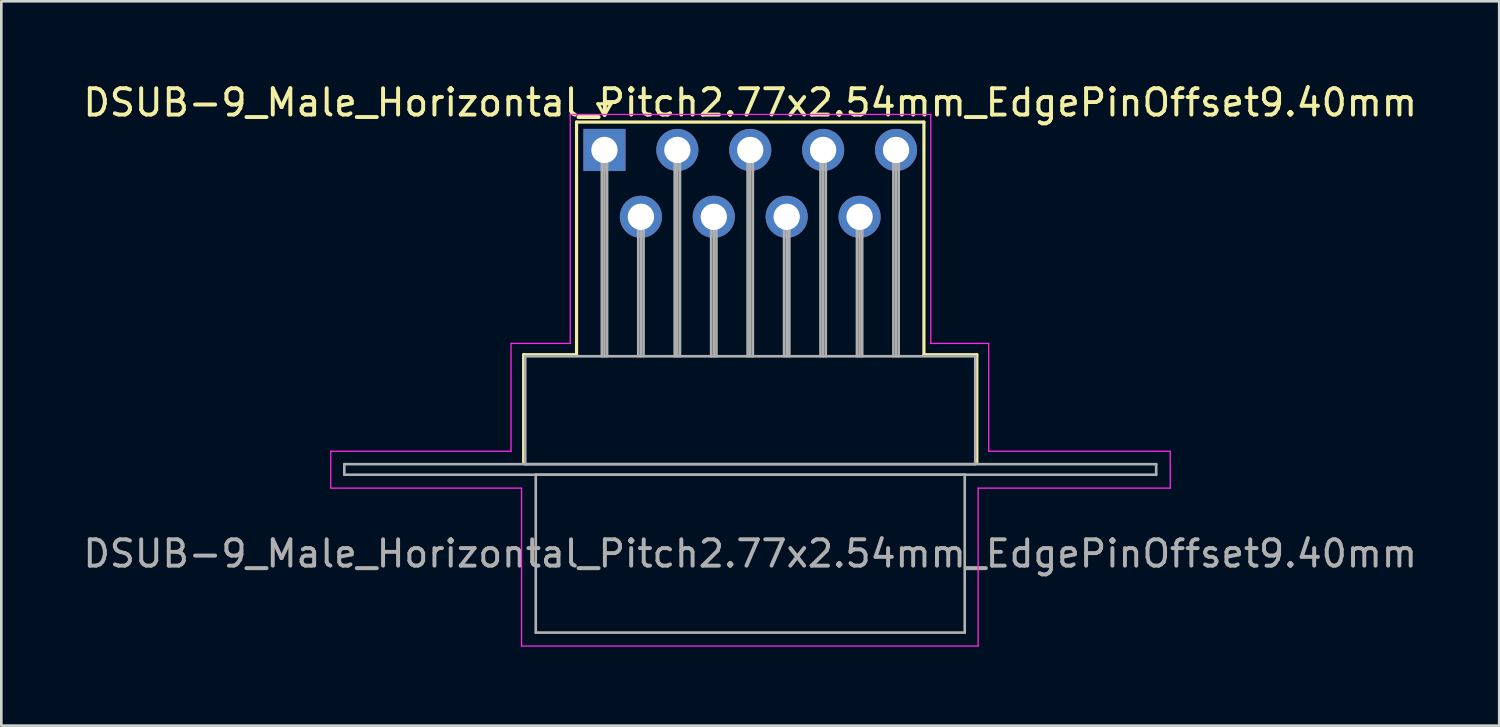
<source format=kicad_pcb>
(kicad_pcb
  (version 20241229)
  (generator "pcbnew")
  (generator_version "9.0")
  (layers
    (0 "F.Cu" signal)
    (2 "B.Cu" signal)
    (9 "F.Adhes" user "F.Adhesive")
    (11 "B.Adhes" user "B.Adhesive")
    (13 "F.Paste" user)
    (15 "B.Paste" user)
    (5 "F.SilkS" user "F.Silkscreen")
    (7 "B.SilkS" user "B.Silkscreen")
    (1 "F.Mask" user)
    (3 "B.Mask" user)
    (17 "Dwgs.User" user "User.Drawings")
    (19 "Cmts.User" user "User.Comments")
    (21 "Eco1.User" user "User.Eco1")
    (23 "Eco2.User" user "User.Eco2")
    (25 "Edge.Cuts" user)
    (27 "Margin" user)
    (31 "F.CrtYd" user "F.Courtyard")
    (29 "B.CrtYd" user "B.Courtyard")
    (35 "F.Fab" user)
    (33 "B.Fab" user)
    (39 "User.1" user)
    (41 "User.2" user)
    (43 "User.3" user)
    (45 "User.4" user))
  (footprint "DSUB-9_Male_Horizontal_Pitch2.77x2.54mm_EdgePinOffset9.40mm"
    (layer "F.Cu")
    (at 19.918 2.648)
    (property "Reference" "DSUB-9_Male_Horizontal_Pitch2.77x2.54mm_EdgePinOffset9.40mm" (at 5.54 -1.8 0) (layer "F.SilkS") (effects (font (size 1 1) (thickness 0.15))))
    (attr through_hole)
    (fp_line (start -3.07 7.78) (end -1.06 7.78) (stroke (width 0.12) (type solid)) (layer "F.SilkS"))
    (fp_line (start -3.07 11.88) (end -3.07 7.78) (stroke (width 0.12) (type solid)) (layer "F.SilkS"))
    (fp_line (start -1.06 -1.06) (end 12.14 -1.06) (stroke (width 0.12) (type solid)) (layer "F.SilkS"))
    (fp_line (start -1.06 7.78) (end -1.06 -1.06) (stroke (width 0.12) (type solid)) (layer "F.SilkS"))
    (fp_line (start -0.25 -1.754) (end 0.25 -1.754) (stroke (width 0.12) (type solid)) (layer "F.SilkS"))
    (fp_line (start 0 -1.321) (end -0.25 -1.754) (stroke (width 0.12) (type solid)) (layer "F.SilkS"))
    (fp_line (start 0.25 -1.754) (end 0 -1.321) (stroke (width 0.12) (type solid)) (layer "F.SilkS"))
    (fp_line (start 12.14 -1.06) (end 12.14 7.78) (stroke (width 0.12) (type solid)) (layer "F.SilkS"))
    (fp_line (start 12.14 7.78) (end 14.15 7.78) (stroke (width 0.12) (type solid)) (layer "F.SilkS"))
    (fp_line (start 14.15 7.78) (end 14.15 11.88) (stroke (width 0.12) (type solid)) (layer "F.SilkS"))
    (fp_line (start -10.4 11.45) (end -3.55 11.45) (stroke (width 0.05) (type solid)) (layer "F.CrtYd"))
    (fp_line (start -10.4 12.85) (end -10.4 11.45) (stroke (width 0.05) (type solid)) (layer "F.CrtYd"))
    (fp_line (start -3.55 7.35) (end -1.3 7.35) (stroke (width 0.05) (type solid)) (layer "F.CrtYd"))
    (fp_line (start -3.55 11.45) (end -3.55 7.35) (stroke (width 0.05) (type solid)) (layer "F.CrtYd"))
    (fp_line (start -3.15 12.85) (end -10.4 12.85) (stroke (width 0.05) (type solid)) (layer "F.CrtYd"))
    (fp_line (start -3.15 18.85) (end -3.15 12.85) (stroke (width 0.05) (type solid)) (layer "F.CrtYd"))
    (fp_line (start -1.3 -1.35) (end 12.4 -1.35) (stroke (width 0.05) (type solid)) (layer "F.CrtYd"))
    (fp_line (start -1.3 7.35) (end -1.3 -1.35) (stroke (width 0.05) (type solid)) (layer "F.CrtYd"))
    (fp_line (start 12.4 -1.35) (end 12.4 7.35) (stroke (width 0.05) (type solid)) (layer "F.CrtYd"))
    (fp_line (start 12.4 7.35) (end 14.6 7.35) (stroke (width 0.05) (type solid)) (layer "F.CrtYd"))
    (fp_line (start 14.2 12.85) (end 14.2 18.85) (stroke (width 0.05) (type solid)) (layer "F.CrtYd"))
    (fp_line (start 14.2 18.85) (end -3.15 18.85) (stroke (width 0.05) (type solid)) (layer "F.CrtYd"))
    (fp_line (start 14.6 7.35) (end 14.6 11.45) (stroke (width 0.05) (type solid)) (layer "F.CrtYd"))
    (fp_line (start 14.6 11.45) (end 21.5 11.45) (stroke (width 0.05) (type solid)) (layer "F.CrtYd"))
    (fp_line (start 21.5 11.45) (end 21.5 12.85) (stroke (width 0.05) (type solid)) (layer "F.CrtYd"))
    (fp_line (start 21.5 12.85) (end 14.2 12.85) (stroke (width 0.05) (type solid)) (layer "F.CrtYd"))
    (fp_line (start -9.885 11.94) (end -9.885 12.34) (stroke (width 0.1) (type solid)) (layer "F.Fab"))
    (fp_line (start -9.885 12.34) (end 20.965 12.34) (stroke (width 0.1) (type solid)) (layer "F.Fab"))
    (fp_line (start -3.01 7.84) (end -3.01 11.94) (stroke (width 0.1) (type solid)) (layer "F.Fab"))
    (fp_line (start -3.01 11.94) (end 14.09 11.94) (stroke (width 0.1) (type solid)) (layer "F.Fab"))
    (fp_line (start -2.61 12.34) (end -2.61 18.34) (stroke (width 0.1) (type solid)) (layer "F.Fab"))
    (fp_line (start -2.61 18.34) (end 13.69 18.34) (stroke (width 0.1) (type solid)) (layer "F.Fab"))
    (fp_line (start -0.1 0) (end -0.1 7.84) (stroke (width 0.1) (type solid)) (layer "F.Fab"))
    (fp_line (start 0 0) (end 0 7.84) (stroke (width 0.1) (type solid)) (layer "F.Fab"))
    (fp_line (start 0.1 0) (end 0.1 7.84) (stroke (width 0.1) (type solid)) (layer "F.Fab"))
    (fp_line (start 1.285 2.54) (end 1.285 7.84) (stroke (width 0.1) (type solid)) (layer "F.Fab"))
    (fp_line (start 1.385 2.54) (end 1.385 7.84) (stroke (width 0.1) (type solid)) (layer "F.Fab"))
    (fp_line (start 1.485 2.54) (end 1.485 7.84) (stroke (width 0.1) (type solid)) (layer "F.Fab"))
    (fp_line (start 2.67 0) (end 2.67 7.84) (stroke (width 0.1) (type solid)) (layer "F.Fab"))
    (fp_line (start 2.77 0) (end 2.77 7.84) (stroke (width 0.1) (type solid)) (layer "F.Fab"))
    (fp_line (start 2.87 0) (end 2.87 7.84) (stroke (width 0.1) (type solid)) (layer "F.Fab"))
    (fp_line (start 4.055 2.54) (end 4.055 7.84) (stroke (width 0.1) (type solid)) (layer "F.Fab"))
    (fp_line (start 4.155 2.54) (end 4.155 7.84) (stroke (width 0.1) (type solid)) (layer "F.Fab"))
    (fp_line (start 4.255 2.54) (end 4.255 7.84) (stroke (width 0.1) (type solid)) (layer "F.Fab"))
    (fp_line (start 5.44 0) (end 5.44 7.84) (stroke (width 0.1) (type solid)) (layer "F.Fab"))
    (fp_line (start 5.54 0) (end 5.54 7.84) (stroke (width 0.1) (type solid)) (layer "F.Fab"))
    (fp_line (start 5.64 0) (end 5.64 7.84) (stroke (width 0.1) (type solid)) (layer "F.Fab"))
    (fp_line (start 6.825 2.54) (end 6.825 7.84) (stroke (width 0.1) (type solid)) (layer "F.Fab"))
    (fp_line (start 6.925 2.54) (end 6.925 7.84) (stroke (width 0.1) (type solid)) (layer "F.Fab"))
    (fp_line (start 7.025 2.54) (end 7.025 7.84) (stroke (width 0.1) (type solid)) (layer "F.Fab"))
    (fp_line (start 8.21 0) (end 8.21 7.84) (stroke (width 0.1) (type solid)) (layer "F.Fab"))
    (fp_line (start 8.31 0) (end 8.31 7.84) (stroke (width 0.1) (type solid)) (layer "F.Fab"))
    (fp_line (start 8.41 0) (end 8.41 7.84) (stroke (width 0.1) (type solid)) (layer "F.Fab"))
    (fp_line (start 9.595 2.54) (end 9.595 7.84) (stroke (width 0.1) (type solid)) (layer "F.Fab"))
    (fp_line (start 9.695 2.54) (end 9.695 7.84) (stroke (width 0.1) (type solid)) (layer "F.Fab"))
    (fp_line (start 9.795 2.54) (end 9.795 7.84) (stroke (width 0.1) (type solid)) (layer "F.Fab"))
    (fp_line (start 10.98 0) (end 10.98 7.84) (stroke (width 0.1) (type solid)) (layer "F.Fab"))
    (fp_line (start 11.08 0) (end 11.08 7.84) (stroke (width 0.1) (type solid)) (layer "F.Fab"))
    (fp_line (start 11.18 0) (end 11.18 7.84) (stroke (width 0.1) (type solid)) (layer "F.Fab"))
    (fp_line (start 13.69 12.34) (end -2.61 12.34) (stroke (width 0.1) (type solid)) (layer "F.Fab"))
    (fp_line (start 13.69 18.34) (end 13.69 12.34) (stroke (width 0.1) (type solid)) (layer "F.Fab"))
    (fp_line (start 14.09 7.84) (end -3.01 7.84) (stroke (width 0.1) (type solid)) (layer "F.Fab"))
    (fp_line (start 14.09 11.94) (end 14.09 7.84) (stroke (width 0.1) (type solid)) (layer "F.Fab"))
    (fp_line (start 20.965 11.94) (end -9.885 11.94) (stroke (width 0.1) (type solid)) (layer "F.Fab"))
    (fp_line (start 20.965 12.34) (end 20.965 11.94) (stroke (width 0.1) (type solid)) (layer "F.Fab"))
    (fp_text user "${REFERENCE}" (at 5.54 15.34 0) (layer "F.Fab") (effects (font (size 1 1) (thickness 0.15))))
    (pad "1" thru_hole rect (at 0 0) (size 1.6 1.6) (drill 1) (layers "*.Cu" "*.Mask"))
    (pad "2" thru_hole circle (at 2.77 0) (size 1.6 1.6) (drill 1) (layers "*.Cu" "*.Mask"))
    (pad "3" thru_hole circle (at 5.54 0) (size 1.6 1.6) (drill 1) (layers "*.Cu" "*.Mask"))
    (pad "4" thru_hole circle (at 8.31 0) (size 1.6 1.6) (drill 1) (layers "*.Cu" "*.Mask"))
    (pad "5" thru_hole circle (at 11.08 0) (size 1.6 1.6) (drill 1) (layers "*.Cu" "*.Mask"))
    (pad "6" thru_hole circle (at 1.385 2.54) (size 1.6 1.6) (drill 1) (layers "*.Cu" "*.Mask"))
    (pad "7" thru_hole circle (at 4.155 2.54) (size 1.6 1.6) (drill 1) (layers "*.Cu" "*.Mask"))
    (pad "8" thru_hole circle (at 6.925 2.54) (size 1.6 1.6) (drill 1) (layers "*.Cu" "*.Mask"))
    (pad "9" thru_hole circle (at 9.695 2.54) (size 1.6 1.6) (drill 1) (layers "*.Cu" "*.Mask")))
  (gr_rect
    (start -3 -3)
    (end 53.917 24.523)
    (stroke (width 0.1) (type default))
    (fill no)
    (layer "Edge.Cuts")))
</source>
